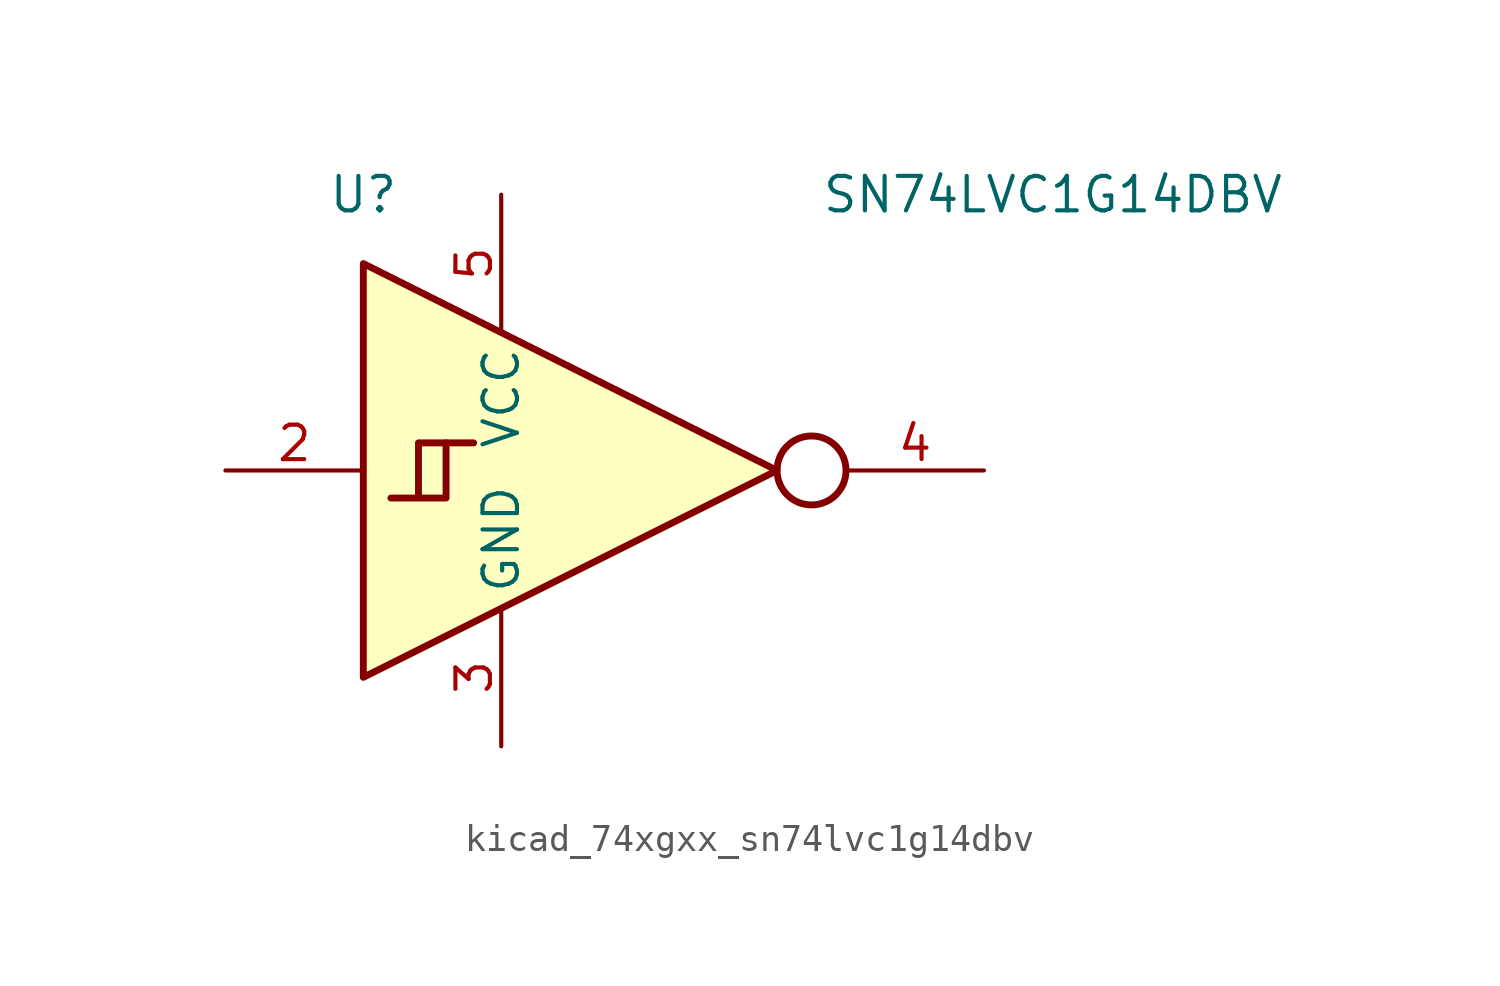
<source format=kicad_sym>
(kicad_symbol_lib
  (version 20220914)
  (generator kicad_symbol_editor)
  (symbol "kicad_74xgxx_sn74lvc1g14dbv"
    (property "Reference" "U"
      (at -5.08 10.16 0)
      (effects (font (size 1.27 1.27))))
    (property "Value" "SN74LVC1G14DBV"
      (at 20.32 10.16 0)
      (effects (font (size 1.27 1.27))))
    (symbol "kicad_74xgxx_sn74lvc1g14dbv_0_1"
      (polyline (pts (xy -2.032 1.016) (xy -1.016 1.016)) (stroke (width 0.254) (type default)) (fill (type background)))
      (polyline (pts (xy -5.08 7.62) (xy -5.08 -7.62) (xy 10.16 0) (xy -5.08 7.62)) (stroke (width 0.254) (type default)) (fill (type background)))
      (polyline (pts (xy -3.048 -1.016) (xy -3.048 1.016) (xy -2.032 1.016) (xy -2.032 -1.016) (xy -4.064 -1.016)) (stroke (width 0.254) (type default)) (fill (type background)))
      (circle (center 11.43 0) (radius 1.27) (stroke (width 0.254) (type default)) (fill (type none))))
    (symbol "kicad_74xgxx_sn74lvc1g14dbv_1_1"
      (pin no_connect line (at 10.16 0 180) (length 5.08) hide (name "NC" (effects (font (size 1.27 1.27)))) (number "1" (effects (font (size 1.27 1.27)))))
      (pin input line (at -10.16 0 0) (length 5.08) (name "~" (effects (font (size 1.27 1.27)))) (number "2" (effects (font (size 1.27 1.27)))))
      (pin power_in line (at 0 -10.16 90) (length 5.08) (name "GND" (effects (font (size 1.27 1.27)))) (number "3" (effects (font (size 1.27 1.27)))))
      (pin output line (at 17.78 0 180) (length 5.08) (name "~" (effects (font (size 1.27 1.27)))) (number "4" (effects (font (size 1.27 1.27)))))
      (pin power_in line (at 0 10.16 270) (length 5.08) (name "VCC" (effects (font (size 1.27 1.27)))) (number "5" (effects (font (size 1.27 1.27))))))))
</source>
